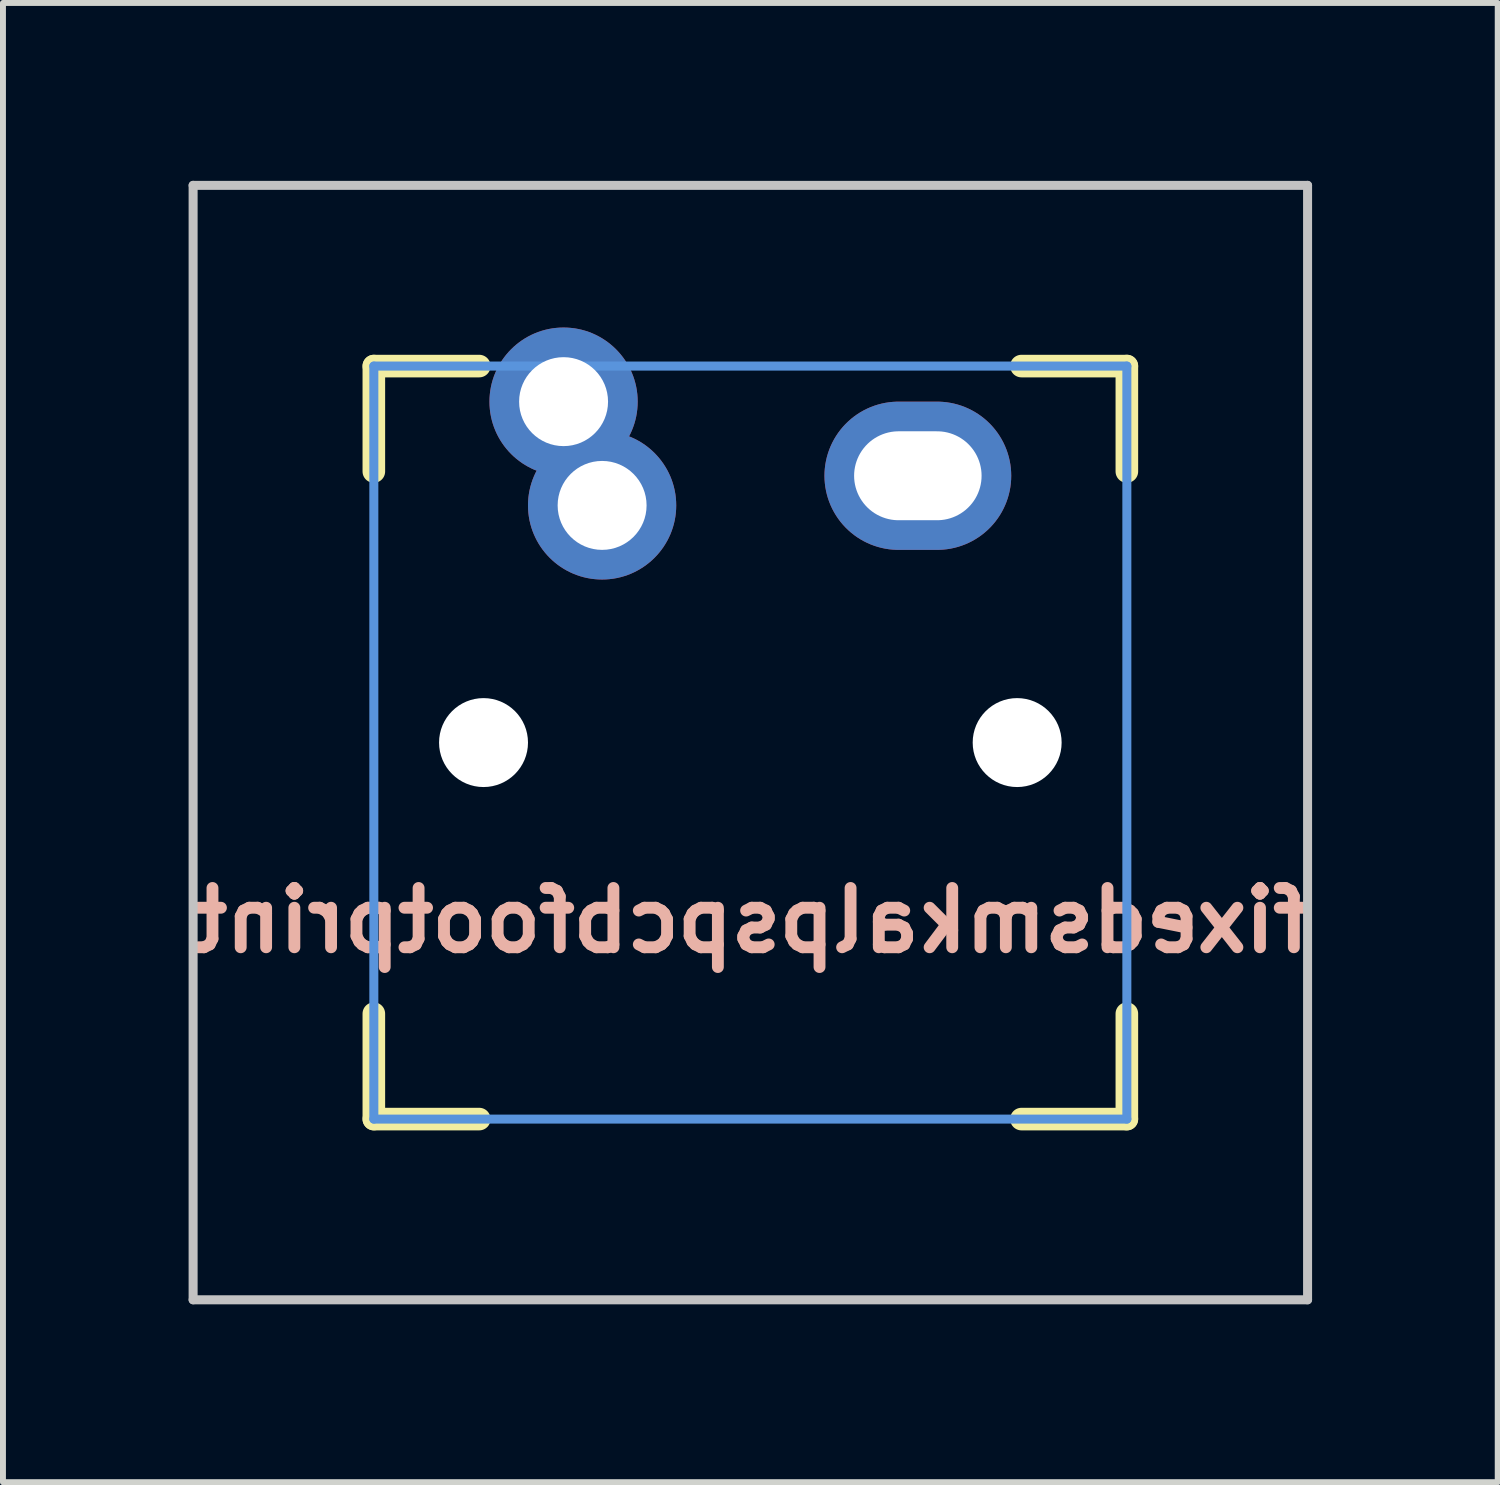
<source format=kicad_pcb>
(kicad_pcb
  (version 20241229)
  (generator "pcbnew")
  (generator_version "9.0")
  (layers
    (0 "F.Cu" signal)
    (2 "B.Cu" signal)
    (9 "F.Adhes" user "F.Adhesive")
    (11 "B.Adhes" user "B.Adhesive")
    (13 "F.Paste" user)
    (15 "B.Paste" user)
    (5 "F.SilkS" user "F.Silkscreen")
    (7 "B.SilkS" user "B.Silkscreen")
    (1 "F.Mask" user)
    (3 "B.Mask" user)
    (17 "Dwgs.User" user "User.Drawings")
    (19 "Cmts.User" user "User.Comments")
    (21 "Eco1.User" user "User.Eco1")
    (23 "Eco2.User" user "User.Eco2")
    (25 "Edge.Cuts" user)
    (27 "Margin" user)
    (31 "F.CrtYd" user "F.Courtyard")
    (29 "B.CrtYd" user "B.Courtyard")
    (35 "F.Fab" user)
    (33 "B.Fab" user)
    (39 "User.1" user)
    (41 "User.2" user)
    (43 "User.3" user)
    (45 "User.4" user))
  (footprint "fixedsmkalpspcbfootprint"
    (layer "F.Cu")
    (at 9.605 9.474)
    (property "Reference" "fixedsmkalpspcbfootprint" (at 0 3 180) (layer "B.SilkS") (effects (font (size 1 1) (thickness 0.2)) (justify mirror)))
    (attr through_hole)
    (fp_line (start -6.35 -6.35) (end -4.572 -6.35) (stroke (width 0.381) (type solid)) (layer "F.SilkS"))
    (fp_line (start -6.35 -4.572) (end -6.35 -6.35) (stroke (width 0.381) (type solid)) (layer "F.SilkS"))
    (fp_line (start -6.35 6.35) (end -6.35 4.572) (stroke (width 0.381) (type solid)) (layer "F.SilkS"))
    (fp_line (start -4.572 6.35) (end -6.35 6.35) (stroke (width 0.381) (type solid)) (layer "F.SilkS"))
    (fp_line (start 4.572 -6.35) (end 6.35 -6.35) (stroke (width 0.381) (type solid)) (layer "F.SilkS"))
    (fp_line (start 6.35 -6.35) (end 6.35 -4.572) (stroke (width 0.381) (type solid)) (layer "F.SilkS"))
    (fp_line (start 6.35 4.572) (end 6.35 6.35) (stroke (width 0.381) (type solid)) (layer "F.SilkS"))
    (fp_line (start 6.35 6.35) (end 4.572 6.35) (stroke (width 0.381) (type solid)) (layer "F.SilkS"))
    (fp_line (start -9.398 -9.398) (end 9.398 -9.398) (stroke (width 0.152) (type solid)) (layer "Dwgs.User"))
    (fp_line (start -9.398 9.398) (end -9.398 -9.398) (stroke (width 0.152) (type solid)) (layer "Dwgs.User"))
    (fp_line (start 9.398 -9.398) (end 9.398 9.398) (stroke (width 0.152) (type solid)) (layer "Dwgs.User"))
    (fp_line (start 9.398 9.398) (end -9.398 9.398) (stroke (width 0.152) (type solid)) (layer "Dwgs.User"))
    (fp_line (start -6.35 -6.35) (end 6.35 -6.35) (stroke (width 0.152) (type solid)) (layer "Cmts.User"))
    (fp_line (start -6.35 6.35) (end -6.35 -6.35) (stroke (width 0.152) (type solid)) (layer "Cmts.User"))
    (fp_line (start 6.35 -6.35) (end 6.35 6.35) (stroke (width 0.152) (type solid)) (layer "Cmts.User"))
    (fp_line (start 6.35 6.35) (end -6.35 6.35) (stroke (width 0.152) (type solid)) (layer "Cmts.User"))
    (fp_line (start -7.75 -6.4) (end -6.985 -6.4) (stroke (width 0.152) (type solid)) (layer "Eco2.User"))
    (fp_line (start -7.75 6.4) (end -7.75 -6.4) (stroke (width 0.152) (type solid)) (layer "Eco2.User"))
    (fp_line (start -7.75 6.4) (end -6.985 6.4) (stroke (width 0.152) (type solid)) (layer "Eco2.User"))
    (fp_line (start -6.985 -6.985) (end 6.985 -6.985) (stroke (width 0.152) (type solid)) (layer "Eco2.User"))
    (fp_line (start -6.985 -6.4) (end -6.985 -6.985) (stroke (width 0.152) (type solid)) (layer "Eco2.User"))
    (fp_line (start -6.985 6.4) (end -6.985 6.985) (stroke (width 0.152) (type solid)) (layer "Eco2.User"))
    (fp_line (start 6.985 -6.4) (end 6.985 -6.985) (stroke (width 0.152) (type solid)) (layer "Eco2.User"))
    (fp_line (start 6.985 6.4) (end 7.75 6.4) (stroke (width 0.152) (type solid)) (layer "Eco2.User"))
    (fp_line (start 6.985 6.985) (end -6.985 6.985) (stroke (width 0.152) (type solid)) (layer "Eco2.User"))
    (fp_line (start 6.985 6.985) (end 6.985 6.4) (stroke (width 0.152) (type solid)) (layer "Eco2.User"))
    (fp_line (start 7.75 -6.4) (end 6.985 -6.4) (stroke (width 0.152) (type solid)) (layer "Eco2.User"))
    (fp_line (start 7.75 6.4) (end 7.75 -6.4) (stroke (width 0.152) (type solid)) (layer "Eco2.User"))
    (pad "" np_thru_hole circle (at -4.5 0 330.95) (size 1.5 1.5) (drill 1.5) (layers "*.Cu" "*.Mask"))
    (pad "" np_thru_hole circle (at 4.5 0 330.95) (size 1.5 1.5) (drill 1.5) (layers "*.Cu" "*.Mask"))
    (pad "1" thru_hole circle (at -3.15 -5.75) (size 2.5 2.5) (drill 1.5) (layers "*.Cu" "*.Mask"))
    (pad "1" thru_hole circle (at -2.5 -4 331) (size 2.5 2.5) (drill 1.5) (layers "*.Cu" "*.Mask"))
    (pad "2" thru_hole oval (at 2.825 -4.5) (size 3.15 2.5) (drill oval 2.15 1.5) (layers "*.Cu" "*.Mask")))
  (gr_rect
    (start -3 -3)
    (end 22.21 21.948)
    (stroke (width 0.1) (type default))
    (fill no)
    (layer "Edge.Cuts")))
</source>
